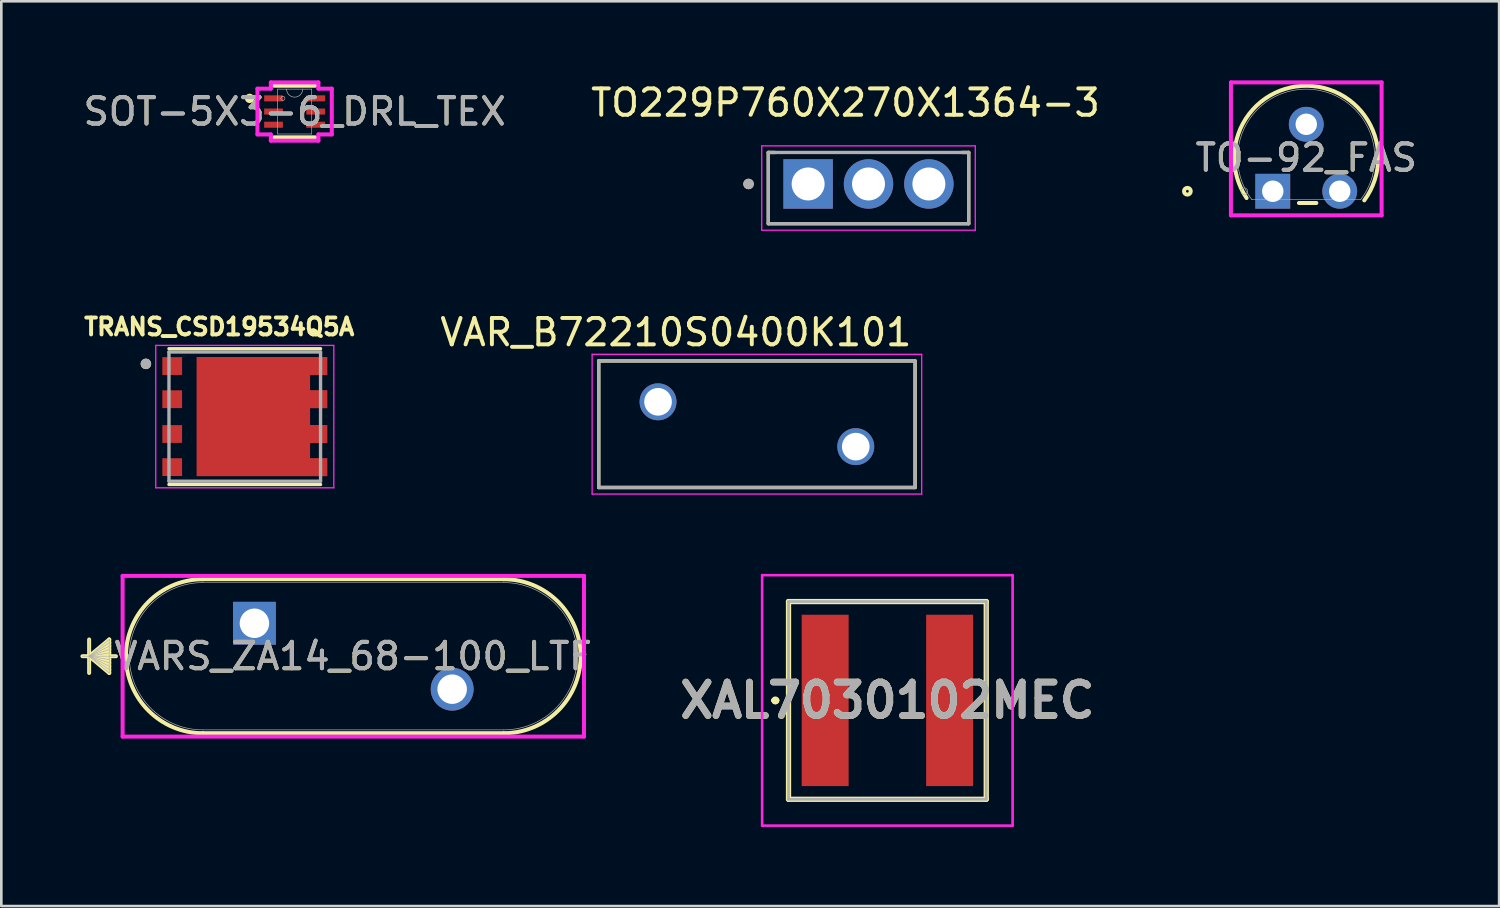
<source format=kicad_pcb>
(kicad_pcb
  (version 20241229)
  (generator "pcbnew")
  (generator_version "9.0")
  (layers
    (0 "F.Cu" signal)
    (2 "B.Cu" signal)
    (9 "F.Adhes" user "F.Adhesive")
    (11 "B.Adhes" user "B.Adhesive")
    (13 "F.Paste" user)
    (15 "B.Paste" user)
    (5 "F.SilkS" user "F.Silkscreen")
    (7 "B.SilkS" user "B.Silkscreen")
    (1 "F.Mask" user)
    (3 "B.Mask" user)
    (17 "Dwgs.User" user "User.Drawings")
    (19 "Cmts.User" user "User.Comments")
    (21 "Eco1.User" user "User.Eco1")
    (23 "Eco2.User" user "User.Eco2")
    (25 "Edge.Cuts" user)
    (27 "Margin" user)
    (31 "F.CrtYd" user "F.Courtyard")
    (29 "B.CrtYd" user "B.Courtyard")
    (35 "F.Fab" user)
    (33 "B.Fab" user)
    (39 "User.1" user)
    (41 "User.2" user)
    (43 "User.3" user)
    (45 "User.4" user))
  (footprint "TO229P760X270X1364-3"
    (layer "F.Cu")
    (at 29.893 4.083)
    (property "Reference" "TO229P760X270X1364-3" (at -0.875 -3.235 0) (layer "F.SilkS") (effects (font (size 1 1) (thickness 0.15))))
    (attr through_hole)
    (fp_line (start -3.8 -1.35) (end -3.547 -1.35) (stroke (width 0.127) (type solid)) (layer "F.SilkS"))
    (fp_line (start -3.8 1.35) (end -3.8 -1.35) (stroke (width 0.127) (type solid)) (layer "F.SilkS"))
    (fp_line (start 3.547 -1.35) (end 3.8 -1.35) (stroke (width 0.127) (type solid)) (layer "F.SilkS"))
    (fp_line (start 3.8 -1.35) (end 3.8 1.35) (stroke (width 0.127) (type solid)) (layer "F.SilkS"))
    (fp_line (start 3.8 1.35) (end -3.8 1.35) (stroke (width 0.127) (type solid)) (layer "F.SilkS"))
    (fp_circle (center -4.55 -0.155) (end -4.45 -0.155) (stroke (width 0.2) (type solid)) (fill no) (layer "F.SilkS"))
    (fp_line (start -4.05 -1.6) (end -4.05 1.6) (stroke (width 0.05) (type solid)) (layer "F.CrtYd"))
    (fp_line (start -4.05 1.6) (end 4.05 1.6) (stroke (width 0.05) (type solid)) (layer "F.CrtYd"))
    (fp_line (start 4.05 -1.6) (end -4.05 -1.6) (stroke (width 0.05) (type solid)) (layer "F.CrtYd"))
    (fp_line (start 4.05 1.6) (end 4.05 -1.6) (stroke (width 0.05) (type solid)) (layer "F.CrtYd"))
    (fp_line (start -3.8 -1.35) (end 3.8 -1.35) (stroke (width 0.127) (type solid)) (layer "F.Fab"))
    (fp_line (start -3.8 1.35) (end -3.8 -1.35) (stroke (width 0.127) (type solid)) (layer "F.Fab"))
    (fp_line (start 3.8 -1.35) (end 3.8 1.35) (stroke (width 0.127) (type solid)) (layer "F.Fab"))
    (fp_line (start 3.8 1.35) (end -3.8 1.35) (stroke (width 0.127) (type solid)) (layer "F.Fab"))
    (fp_circle (center -4.55 -0.155) (end -4.45 -0.155) (stroke (width 0.2) (type solid)) (fill no) (layer "F.Fab"))
    (pad "1" thru_hole rect (at -2.29 -0.155) (size 1.875 1.875) (drill 1.25) (layers "*.Cu" "*.Mask"))
    (pad "2" thru_hole circle (at 0 -0.155) (size 1.875 1.875) (drill 1.25) (layers "*.Cu" "*.Mask"))
    (pad "3" thru_hole circle (at 2.29 -0.155) (size 1.875 1.875) (drill 1.25) (layers "*.Cu" "*.Mask")))
  (footprint "VARS_ZA14_68-100_LTF"
    (layer "F.Cu")
    (at 6.601 20.591)
    (property "Reference" "VARS_ZA14_68-100_LTF" (at 3.75 1.25 0) (unlocked yes) (layer "F.SilkS") (effects (font (size 1 1) (thickness 0.15))))
    (attr through_hole)
    (fp_line (start -6.27 0.615) (end -6.27 1.885) (stroke (width 0.152) (type solid)) (layer "F.SilkS"))
    (fp_line (start -6.27 1.25) (end -5.508 0.615) (stroke (width 0.152) (type solid)) (layer "F.SilkS"))
    (fp_line (start -6.27 1.25) (end -5.508 0.742) (stroke (width 0.152) (type solid)) (layer "F.SilkS"))
    (fp_line (start -6.27 1.25) (end -5.508 0.869) (stroke (width 0.152) (type solid)) (layer "F.SilkS"))
    (fp_line (start -6.27 1.25) (end -5.508 0.996) (stroke (width 0.152) (type solid)) (layer "F.SilkS"))
    (fp_line (start -6.27 1.25) (end -5.508 1.123) (stroke (width 0.152) (type solid)) (layer "F.SilkS"))
    (fp_line (start -6.27 1.25) (end -5.508 1.377) (stroke (width 0.152) (type solid)) (layer "F.SilkS"))
    (fp_line (start -6.27 1.25) (end -5.508 1.504) (stroke (width 0.152) (type solid)) (layer "F.SilkS"))
    (fp_line (start -6.27 1.25) (end -5.508 1.631) (stroke (width 0.152) (type solid)) (layer "F.SilkS"))
    (fp_line (start -6.27 1.25) (end -5.508 1.758) (stroke (width 0.152) (type solid)) (layer "F.SilkS"))
    (fp_line (start -6.27 1.25) (end -5.508 1.885) (stroke (width 0.152) (type solid)) (layer "F.SilkS"))
    (fp_line (start -5.508 0.615) (end -5.508 1.885) (stroke (width 0.152) (type solid)) (layer "F.SilkS"))
    (fp_line (start -5.254 1.25) (end -6.524 1.25) (stroke (width 0.152) (type solid)) (layer "F.SilkS"))
    (fp_line (start 9.452 -1.671) (end -1.952 -1.671) (stroke (width 0.152) (type solid)) (layer "F.SilkS"))
    (fp_line (start 9.452 4.171) (end -1.952 4.171) (stroke (width 0.152) (type solid)) (layer "F.SilkS"))
    (fp_arc (start -1.9523 4.171) (mid -4.8733 1.25) (end -1.9523 -1.671) (stroke (width 0.1524) (type solid)) (layer "F.SilkS"))
    (fp_arc (start 9.4523 -1.671) (mid 11.517759 -0.815459) (end 12.3733 1.25) (stroke (width 0.1524) (type solid)) (layer "F.SilkS"))
    (fp_arc (start 12.3733 1.25) (mid 11.517759 3.315459) (end 9.4523 4.171) (stroke (width 0.1524) (type solid)) (layer "F.SilkS"))
    (fp_line (start -5 -1.798) (end 12.5 -1.798) (stroke (width 0.152) (type solid)) (layer "F.CrtYd"))
    (fp_line (start -5 4.298) (end -5 -1.798) (stroke (width 0.152) (type solid)) (layer "F.CrtYd"))
    (fp_line (start 12.5 -1.798) (end 12.5 4.298) (stroke (width 0.152) (type solid)) (layer "F.CrtYd"))
    (fp_line (start 12.5 4.298) (end -5 4.298) (stroke (width 0.152) (type solid)) (layer "F.CrtYd"))
    (fp_line (start -6.27 0.615) (end -6.27 1.885) (stroke (width 0.025) (type solid)) (layer "F.Fab"))
    (fp_line (start -6.27 1.25) (end -5.508 0.615) (stroke (width 0.025) (type solid)) (layer "F.Fab"))
    (fp_line (start -6.27 1.25) (end -5.508 0.742) (stroke (width 0.025) (type solid)) (layer "F.Fab"))
    (fp_line (start -6.27 1.25) (end -5.508 0.869) (stroke (width 0.025) (type solid)) (layer "F.Fab"))
    (fp_line (start -6.27 1.25) (end -5.508 0.996) (stroke (width 0.025) (type solid)) (layer "F.Fab"))
    (fp_line (start -6.27 1.25) (end -5.508 1.123) (stroke (width 0.025) (type solid)) (layer "F.Fab"))
    (fp_line (start -6.27 1.25) (end -5.508 1.377) (stroke (width 0.025) (type solid)) (layer "F.Fab"))
    (fp_line (start -6.27 1.25) (end -5.508 1.504) (stroke (width 0.025) (type solid)) (layer "F.Fab"))
    (fp_line (start -6.27 1.25) (end -5.508 1.631) (stroke (width 0.025) (type solid)) (layer "F.Fab"))
    (fp_line (start -6.27 1.25) (end -5.508 1.758) (stroke (width 0.025) (type solid)) (layer "F.Fab"))
    (fp_line (start -6.27 1.25) (end -5.508 1.885) (stroke (width 0.025) (type solid)) (layer "F.Fab"))
    (fp_line (start -5.508 0.615) (end -5.508 1.885) (stroke (width 0.025) (type solid)) (layer "F.Fab"))
    (fp_line (start -5.254 1.25) (end -6.524 1.25) (stroke (width 0.025) (type solid)) (layer "F.Fab"))
    (fp_line (start 9.452 -1.544) (end -1.952 -1.544) (stroke (width 0.025) (type solid)) (layer "F.Fab"))
    (fp_line (start 9.452 4.044) (end -1.952 4.044) (stroke (width 0.025) (type solid)) (layer "F.Fab"))
    (fp_arc (start -1.9523 4.044) (mid -4.7463 1.25) (end -1.9523 -1.544) (stroke (width 0.0254) (type solid)) (layer "F.Fab"))
    (fp_arc (start 9.4523 -1.544) (mid 12.2463 1.25) (end 9.4523 4.044) (stroke (width 0.0254) (type solid)) (layer "F.Fab"))
    (fp_text user "${REFERENCE}" (at 3.75 1.25 0) (unlocked yes) (layer "F.Fab") (effects (font (size 1 1) (thickness 0.15))))
    (pad "1" thru_hole rect (at 0 0) (size 1.626 1.626) (drill 1.118) (layers "*.Cu" "*.Mask"))
    (pad "2" thru_hole circle (at 7.5 2.5) (size 1.626 1.626) (drill 1.118) (layers "*.Cu" "*.Mask")))
  (footprint "TRANS_CSD19534Q5A"
    (layer "F.Cu")
    (at 6.234 12.752)
    (property "Reference" "TRANS_CSD19534Q5A" (at -0.968 -3.406 0) (layer "F.SilkS") (effects (font (size 0.64 0.64) (thickness 0.15))))
    (attr smd)
    (fp_poly (pts (xy -1.923 -2.355) (xy 3.228 -2.355) (xy 3.228 -1.48) (xy 2.572 -1.48) (xy 2.572 -1.097) (xy 3.228 -1.097) (xy 3.228 -0.223) (xy 2.572 -0.223) (xy 2.572 0.223) (xy 3.228 0.223) (xy 3.228 1.097) (xy 2.572 1.097) (xy 2.572 1.48) (xy 3.228 1.48) (xy 3.228 2.355) (xy -1.923 2.355)) (stroke (width 0.01) (type solid)) (fill yes) (layer "F.Mask"))
    (fp_line (start -2.875 2.575) (end 2.875 2.575) (stroke (width 0.127) (type solid)) (layer "F.SilkS"))
    (fp_line (start 2.875 -2.575) (end -2.875 -2.575) (stroke (width 0.127) (type solid)) (layer "F.SilkS"))
    (fp_circle (center -3.75 -2) (end -3.65 -2) (stroke (width 0.2) (type solid)) (fill no) (layer "F.SilkS"))
    (fp_poly (pts (xy -3.02 -2.155) (xy -2.52 -2.155) (xy -2.52 -1.655) (xy -3.02 -1.655)) (stroke (width 0.01) (type solid)) (fill yes) (layer "F.Paste"))
    (fp_poly (pts (xy -3.02 -0.885) (xy -2.52 -0.885) (xy -2.52 -0.385) (xy -3.02 -0.385)) (stroke (width 0.01) (type solid)) (fill yes) (layer "F.Paste"))
    (fp_poly (pts (xy -3.02 0.385) (xy -2.52 0.385) (xy -2.52 0.885) (xy -3.02 0.885)) (stroke (width 0.01) (type solid)) (fill yes) (layer "F.Paste"))
    (fp_poly (pts (xy -3.02 1.655) (xy -2.52 1.655) (xy -2.52 2.155) (xy -3.02 2.155)) (stroke (width 0.01) (type solid)) (fill yes) (layer "F.Paste"))
    (fp_poly (pts (xy -1.415 -1.88) (xy -0.18 -1.88) (xy -0.18 -0.31) (xy -1.415 -0.31)) (stroke (width 0.01) (type solid)) (fill yes) (layer "F.Paste"))
    (fp_poly (pts (xy -1.415 0.31) (xy -0.18 0.31) (xy -0.18 1.88) (xy -1.415 1.88)) (stroke (width 0.01) (type solid)) (fill yes) (layer "F.Paste"))
    (fp_poly (pts (xy 0.32 -1.88) (xy 1.905 -1.88) (xy 1.905 -0.31) (xy 0.32 -0.31)) (stroke (width 0.01) (type solid)) (fill yes) (layer "F.Paste"))
    (fp_poly (pts (xy 0.32 0.31) (xy 1.905 0.31) (xy 1.905 1.88) (xy 0.32 1.88)) (stroke (width 0.01) (type solid)) (fill yes) (layer "F.Paste"))
    (fp_poly (pts (xy 2.52 -2.155) (xy 3.02 -2.155) (xy 3.02 -1.655) (xy 2.52 -1.655)) (stroke (width 0.01) (type solid)) (fill yes) (layer "F.Paste"))
    (fp_poly (pts (xy 2.52 -0.885) (xy 3.02 -0.885) (xy 3.02 -0.385) (xy 2.52 -0.385)) (stroke (width 0.01) (type solid)) (fill yes) (layer "F.Paste"))
    (fp_poly (pts (xy 2.52 0.385) (xy 3.02 0.385) (xy 3.02 0.885) (xy 2.52 0.885)) (stroke (width 0.01) (type solid)) (fill yes) (layer "F.Paste"))
    (fp_poly (pts (xy 2.52 1.655) (xy 3.02 1.655) (xy 3.02 2.155) (xy 2.52 2.155)) (stroke (width 0.01) (type solid)) (fill yes) (layer "F.Paste"))
    (fp_line (start -3.377 -2.7) (end 3.377 -2.7) (stroke (width 0.05) (type solid)) (layer "F.CrtYd"))
    (fp_line (start -3.377 2.7) (end -3.377 -2.7) (stroke (width 0.05) (type solid)) (layer "F.CrtYd"))
    (fp_line (start 3.377 -2.7) (end 3.377 2.7) (stroke (width 0.05) (type solid)) (layer "F.CrtYd"))
    (fp_line (start 3.377 2.7) (end -3.377 2.7) (stroke (width 0.05) (type solid)) (layer "F.CrtYd"))
    (fp_line (start -2.875 -2.45) (end -2.875 2.45) (stroke (width 0.127) (type solid)) (layer "F.Fab"))
    (fp_line (start -2.875 2.45) (end 2.875 2.45) (stroke (width 0.127) (type solid)) (layer "F.Fab"))
    (fp_line (start 2.875 -2.45) (end -2.875 -2.45) (stroke (width 0.127) (type solid)) (layer "F.Fab"))
    (fp_line (start 2.875 2.45) (end 2.875 -2.45) (stroke (width 0.127) (type solid)) (layer "F.Fab"))
    (fp_circle (center -3.75 -2) (end -3.65 -2) (stroke (width 0.2) (type solid)) (fill no) (layer "F.Fab"))
    (pad "1" smd rect (at -2.752 -1.917) (size 0.75 0.675) (layers "F.Cu" "F.Mask"))
    (pad "2" smd rect (at -2.752 -0.66) (size 0.75 0.675) (layers "F.Cu" "F.Mask"))
    (pad "3" smd rect (at -2.752 0.66) (size 0.75 0.675) (layers "F.Cu" "F.Mask"))
    (pad "4" smd rect (at -2.752 1.917) (size 0.75 0.675) (layers "F.Cu" "F.Mask"))
    (pad "5" smd custom (at 0 0) (size 0.6 0.6) (layers "F.Cu") (options (anchor rect)) (primitives (gr_poly (pts (xy -1.823 -2.255) (xy 3.127 -2.255) (xy 3.127 -1.58) (xy 2.473 -1.58) (xy 2.473 -0.998) (xy 3.127 -0.998) (xy 3.127 -0.323) (xy 2.473 -0.323) (xy 2.473 0.323) (xy 3.127 0.323) (xy 3.127 0.998) (xy 2.473 0.998) (xy 2.473 1.58) (xy 3.127 1.58) (xy 3.127 2.255) (xy -1.823 2.255)) (width 0.01) (fill yes)))))
  (footprint "VAR_B72210S0400K101"
    (layer "F.Cu")
    (at 25.66 13.041)
    (property "Reference" "VAR_B72210S0400K101" (at -3.075 -3.485 0) (layer "F.SilkS") (effects (font (size 1 1) (thickness 0.15))))
    (attr through_hole)
    (fp_line (start -6 -2.4) (end -6 2.4) (stroke (width 0.127) (type solid)) (layer "F.SilkS"))
    (fp_line (start -6 -2.4) (end 6 -2.4) (stroke (width 0.127) (type solid)) (layer "F.SilkS"))
    (fp_line (start -6 2.4) (end 6 2.4) (stroke (width 0.127) (type solid)) (layer "F.SilkS"))
    (fp_line (start 6 -2.4) (end 6 2.4) (stroke (width 0.127) (type solid)) (layer "F.SilkS"))
    (fp_line (start -6.25 -2.65) (end -6.25 2.65) (stroke (width 0.05) (type solid)) (layer "F.CrtYd"))
    (fp_line (start -6.25 -2.65) (end 6.25 -2.65) (stroke (width 0.05) (type solid)) (layer "F.CrtYd"))
    (fp_line (start 6.25 -2.65) (end 6.25 2.65) (stroke (width 0.05) (type solid)) (layer "F.CrtYd"))
    (fp_line (start 6.25 2.65) (end -6.25 2.65) (stroke (width 0.05) (type solid)) (layer "F.CrtYd"))
    (fp_line (start -6 -2.4) (end -6 2.4) (stroke (width 0.127) (type solid)) (layer "F.Fab"))
    (fp_line (start -6 -2.4) (end 6 -2.4) (stroke (width 0.127) (type solid)) (layer "F.Fab"))
    (fp_line (start 6 -2.4) (end 6 2.4) (stroke (width 0.127) (type solid)) (layer "F.Fab"))
    (fp_line (start 6 2.4) (end -6 2.4) (stroke (width 0.127) (type solid)) (layer "F.Fab"))
    (pad "1" thru_hole circle (at -3.75 -0.85) (size 1.4 1.4) (drill 1.05) (layers "*.Cu" "*.Mask"))
    (pad "2" thru_hole circle (at 3.75 0.85) (size 1.4 1.4) (drill 1.05) (layers "*.Cu" "*.Mask")))
  (footprint "TO-92_FAS"
    (layer "F.Cu")
    (at 45.227 4.204)
    (property "Reference" "TO-92_FAS" (at 1.27 -1.27 0) (unlocked yes) (layer "F.SilkS") (effects (font (size 1 1) (thickness 0.15))))
    (attr through_hole)
    (fp_line (start 0.993 0.445) (end 1.652 0.445) (stroke (width 0.152) (type solid)) (layer "F.SilkS"))
    (fp_arc (start -0.993141 0.257686) (mid 0.471212 -3.881047) (end 4.0005 -1.27) (stroke (width 0.1524) (type solid)) (layer "F.SilkS"))
    (fp_arc (start 4.0005 -1.269997) (mid 3.864721 -0.419674) (end 3.470889 0.346081) (stroke (width 0.1524) (type solid)) (layer "F.SilkS"))
    (fp_circle (center -3.239 0) (end -3.111 0) (stroke (width 0.152) (type solid)) (fill no) (layer "F.SilkS"))
    (fp_line (start -1.587 -4.128) (end 4.128 -4.128) (stroke (width 0.152) (type solid)) (layer "F.CrtYd"))
    (fp_line (start -1.587 0.914) (end -1.587 -4.128) (stroke (width 0.152) (type solid)) (layer "F.CrtYd"))
    (fp_line (start 4.128 -4.128) (end 4.128 0.914) (stroke (width 0.152) (type solid)) (layer "F.CrtYd"))
    (fp_line (start 4.128 0.914) (end -1.587 0.914) (stroke (width 0.152) (type solid)) (layer "F.CrtYd"))
    (fp_line (start -0.794 0.318) (end 3.334 0.318) (stroke (width 0.025) (type solid)) (layer "F.Fab"))
    (fp_line (start -0.254 0) (end 0.254 0) (stroke (width 0.152) (type solid)) (layer "F.Fab"))
    (fp_line (start 0 0.254) (end 0 -0.254) (stroke (width 0.152) (type solid)) (layer "F.Fab"))
    (fp_arc (start -0.793507 0.317499) (mid 1.270001 -3.8735) (end 3.333506 0.3175) (stroke (width 0.0254) (type solid)) (layer "F.Fab"))
    (fp_circle (center -1.079 0) (end -0.953 0) (stroke (width 0.025) (type solid)) (fill no) (layer "F.Fab"))
    (fp_text user "${REFERENCE}" (at 1.27 -1.27 0) (unlocked yes) (layer "F.Fab") (effects (font (size 1 1) (thickness 0.15))))
    (pad "1" thru_hole rect (at 0 0) (size 1.321 1.321) (drill 0.813) (layers "*.Cu" "*.Mask"))
    (pad "2" thru_hole circle (at 1.27 -2.54) (size 1.321 1.321) (drill 0.813) (layers "*.Cu" "*.Mask"))
    (pad "3" thru_hole circle (at 2.54 0) (size 1.321 1.321) (drill 0.813) (layers "*.Cu" "*.Mask")))
  (footprint "SOT-5X3-6_DRL_TEX"
    (layer "F.Cu")
    (at 8.125 1.181)
    (property "Reference" "SOT-5X3-6_DRL_TEX" (at 0 0 0) (unlocked yes) (layer "F.SilkS") (effects (font (size 1 1) (thickness 0.15))))
    (attr smd)
    (fp_line (start -0.775 0.978) (end 0.775 0.978) (stroke (width 0.152) (type solid)) (layer "F.SilkS"))
    (fp_line (start 0.775 -0.978) (end -0.775 -0.978) (stroke (width 0.152) (type solid)) (layer "F.SilkS"))
    (fp_circle (center -1.707 -0.5) (end -1.605 -0.5) (stroke (width 0.152) (type solid)) (fill no) (layer "F.SilkS"))
    (fp_line (start -1.41 -0.868) (end -0.902 -0.868) (stroke (width 0.152) (type solid)) (layer "F.CrtYd"))
    (fp_line (start -1.41 0.868) (end -1.41 -0.868) (stroke (width 0.152) (type solid)) (layer "F.CrtYd"))
    (fp_line (start -1.41 0.868) (end -0.902 0.868) (stroke (width 0.152) (type solid)) (layer "F.CrtYd"))
    (fp_line (start -0.902 -1.105) (end 0.902 -1.105) (stroke (width 0.152) (type solid)) (layer "F.CrtYd"))
    (fp_line (start -0.902 -0.868) (end -0.902 -1.105) (stroke (width 0.152) (type solid)) (layer "F.CrtYd"))
    (fp_line (start -0.902 1.105) (end -0.902 0.868) (stroke (width 0.152) (type solid)) (layer "F.CrtYd"))
    (fp_line (start 0.902 -1.105) (end 0.902 -0.868) (stroke (width 0.152) (type solid)) (layer "F.CrtYd"))
    (fp_line (start 0.902 0.868) (end 0.902 1.105) (stroke (width 0.152) (type solid)) (layer "F.CrtYd"))
    (fp_line (start 0.902 1.105) (end -0.902 1.105) (stroke (width 0.152) (type solid)) (layer "F.CrtYd"))
    (fp_line (start 1.41 -0.868) (end 0.902 -0.868) (stroke (width 0.152) (type solid)) (layer "F.CrtYd"))
    (fp_line (start 1.41 -0.868) (end 1.41 0.868) (stroke (width 0.152) (type solid)) (layer "F.CrtYd"))
    (fp_line (start 1.41 0.868) (end 0.902 0.868) (stroke (width 0.152) (type solid)) (layer "F.CrtYd"))
    (fp_line (start -0.648 -0.851) (end -0.648 0.851) (stroke (width 0.025) (type solid)) (layer "F.Fab"))
    (fp_line (start -0.648 0.851) (end 0.648 0.851) (stroke (width 0.025) (type solid)) (layer "F.Fab"))
    (fp_line (start 0.648 -0.851) (end -0.648 -0.851) (stroke (width 0.025) (type solid)) (layer "F.Fab"))
    (fp_line (start 0.648 0.851) (end 0.648 -0.851) (stroke (width 0.025) (type solid)) (layer "F.Fab"))
    (fp_arc (start 0.3048 -0.8509) (mid 0 -0.5461) (end -0.3048 -0.8509) (stroke (width 0.0254) (type solid)) (layer "F.Fab"))
    (fp_circle (center -0.445 -0.5) (end -0.368 -0.5) (stroke (width 0.025) (type solid)) (fill no) (layer "F.Fab"))
    (fp_text user "${REFERENCE}" (at 0 0 0) (unlocked yes) (layer "F.Fab") (effects (font (size 1 1) (thickness 0.15))))
    (pad "1" smd rect (at -0.8 -0.5) (size 0.711 0.229) (layers "F.Cu" "F.Mask" "F.Paste"))
    (pad "2" smd rect (at -0.8 0) (size 0.711 0.229) (layers "F.Cu" "F.Mask" "F.Paste"))
    (pad "3" smd rect (at -0.8 0.5) (size 0.711 0.229) (layers "F.Cu" "F.Mask" "F.Paste"))
    (pad "4" smd rect (at 0.8 0.5) (size 0.711 0.229) (layers "F.Cu" "F.Mask" "F.Paste"))
    (pad "5" smd rect (at 0.8 0) (size 0.711 0.229) (layers "F.Cu" "F.Mask" "F.Paste"))
    (pad "6" smd rect (at 0.8 -0.5) (size 0.711 0.229) (layers "F.Cu" "F.Mask" "F.Paste")))
  (footprint "XAL7030102MEC"
    (layer "F.Cu")
    (at 30.609 23.517)
    (property "Reference" "XAL7030102MEC" (at 0 0 0) (layer "F.SilkS") (effects (font (size 1.27 1.27) (thickness 0.254))))
    (attr smd)
    (fp_line (start -4.3 0) (end -4.3 0) (stroke (width 0.2) (type solid)) (layer "F.SilkS"))
    (fp_line (start -4.3 0) (end -4.3 0) (stroke (width 0.2) (type solid)) (layer "F.SilkS"))
    (fp_line (start -4.2 0) (end -4.2 0) (stroke (width 0.2) (type solid)) (layer "F.SilkS"))
    (fp_line (start -3.75 -3.75) (end 3.75 -3.75) (stroke (width 0.2) (type solid)) (layer "F.SilkS"))
    (fp_line (start -3.75 3.75) (end -3.75 -3.75) (stroke (width 0.2) (type solid)) (layer "F.SilkS"))
    (fp_line (start 3.75 -3.75) (end 3.75 3.75) (stroke (width 0.2) (type solid)) (layer "F.SilkS"))
    (fp_line (start 3.75 3.75) (end -3.75 3.75) (stroke (width 0.2) (type solid)) (layer "F.SilkS"))
    (fp_arc (start -4.3 0) (mid -4.25 -0.05) (end -4.2 0) (stroke (width 0.2) (type solid)) (layer "F.SilkS"))
    (fp_arc (start -4.2 0) (mid -4.25 0.05) (end -4.3 0) (stroke (width 0.2) (type solid)) (layer "F.SilkS"))
    (fp_arc (start -4.2 0) (mid -4.25 0.05) (end -4.3 0) (stroke (width 0.2) (type solid)) (layer "F.SilkS"))
    (fp_line (start -4.75 -4.75) (end 4.75 -4.75) (stroke (width 0.1) (type solid)) (layer "F.CrtYd"))
    (fp_line (start -4.75 4.75) (end -4.75 -4.75) (stroke (width 0.1) (type solid)) (layer "F.CrtYd"))
    (fp_line (start 4.75 -4.75) (end 4.75 4.75) (stroke (width 0.1) (type solid)) (layer "F.CrtYd"))
    (fp_line (start 4.75 4.75) (end -4.75 4.75) (stroke (width 0.1) (type solid)) (layer "F.CrtYd"))
    (fp_line (start -3.75 -3.75) (end -3.75 3.75) (stroke (width 0.1) (type solid)) (layer "F.Fab"))
    (fp_line (start -3.75 3.75) (end 3.75 3.75) (stroke (width 0.1) (type solid)) (layer "F.Fab"))
    (fp_line (start 3.75 -3.75) (end -3.75 -3.75) (stroke (width 0.1) (type solid)) (layer "F.Fab"))
    (fp_line (start 3.75 3.75) (end 3.75 -3.75) (stroke (width 0.1) (type solid)) (layer "F.Fab"))
    (fp_text user "${REFERENCE}" (at 0 0 0) (layer "F.Fab") (effects (font (size 1.27 1.27) (thickness 0.254))))
    (pad "1" smd rect (at -2.36 0) (size 1.78 6.5) (layers "F.Cu" "F.Mask" "F.Paste"))
    (pad "2" smd rect (at 2.36 0) (size 1.78 6.5) (layers "F.Cu" "F.Mask" "F.Paste")))
  (gr_rect
    (start -3 -3)
    (end 53.813 31.317)
    (stroke (width 0.1) (type default))
    (fill no)
    (layer "Edge.Cuts")))
</source>
